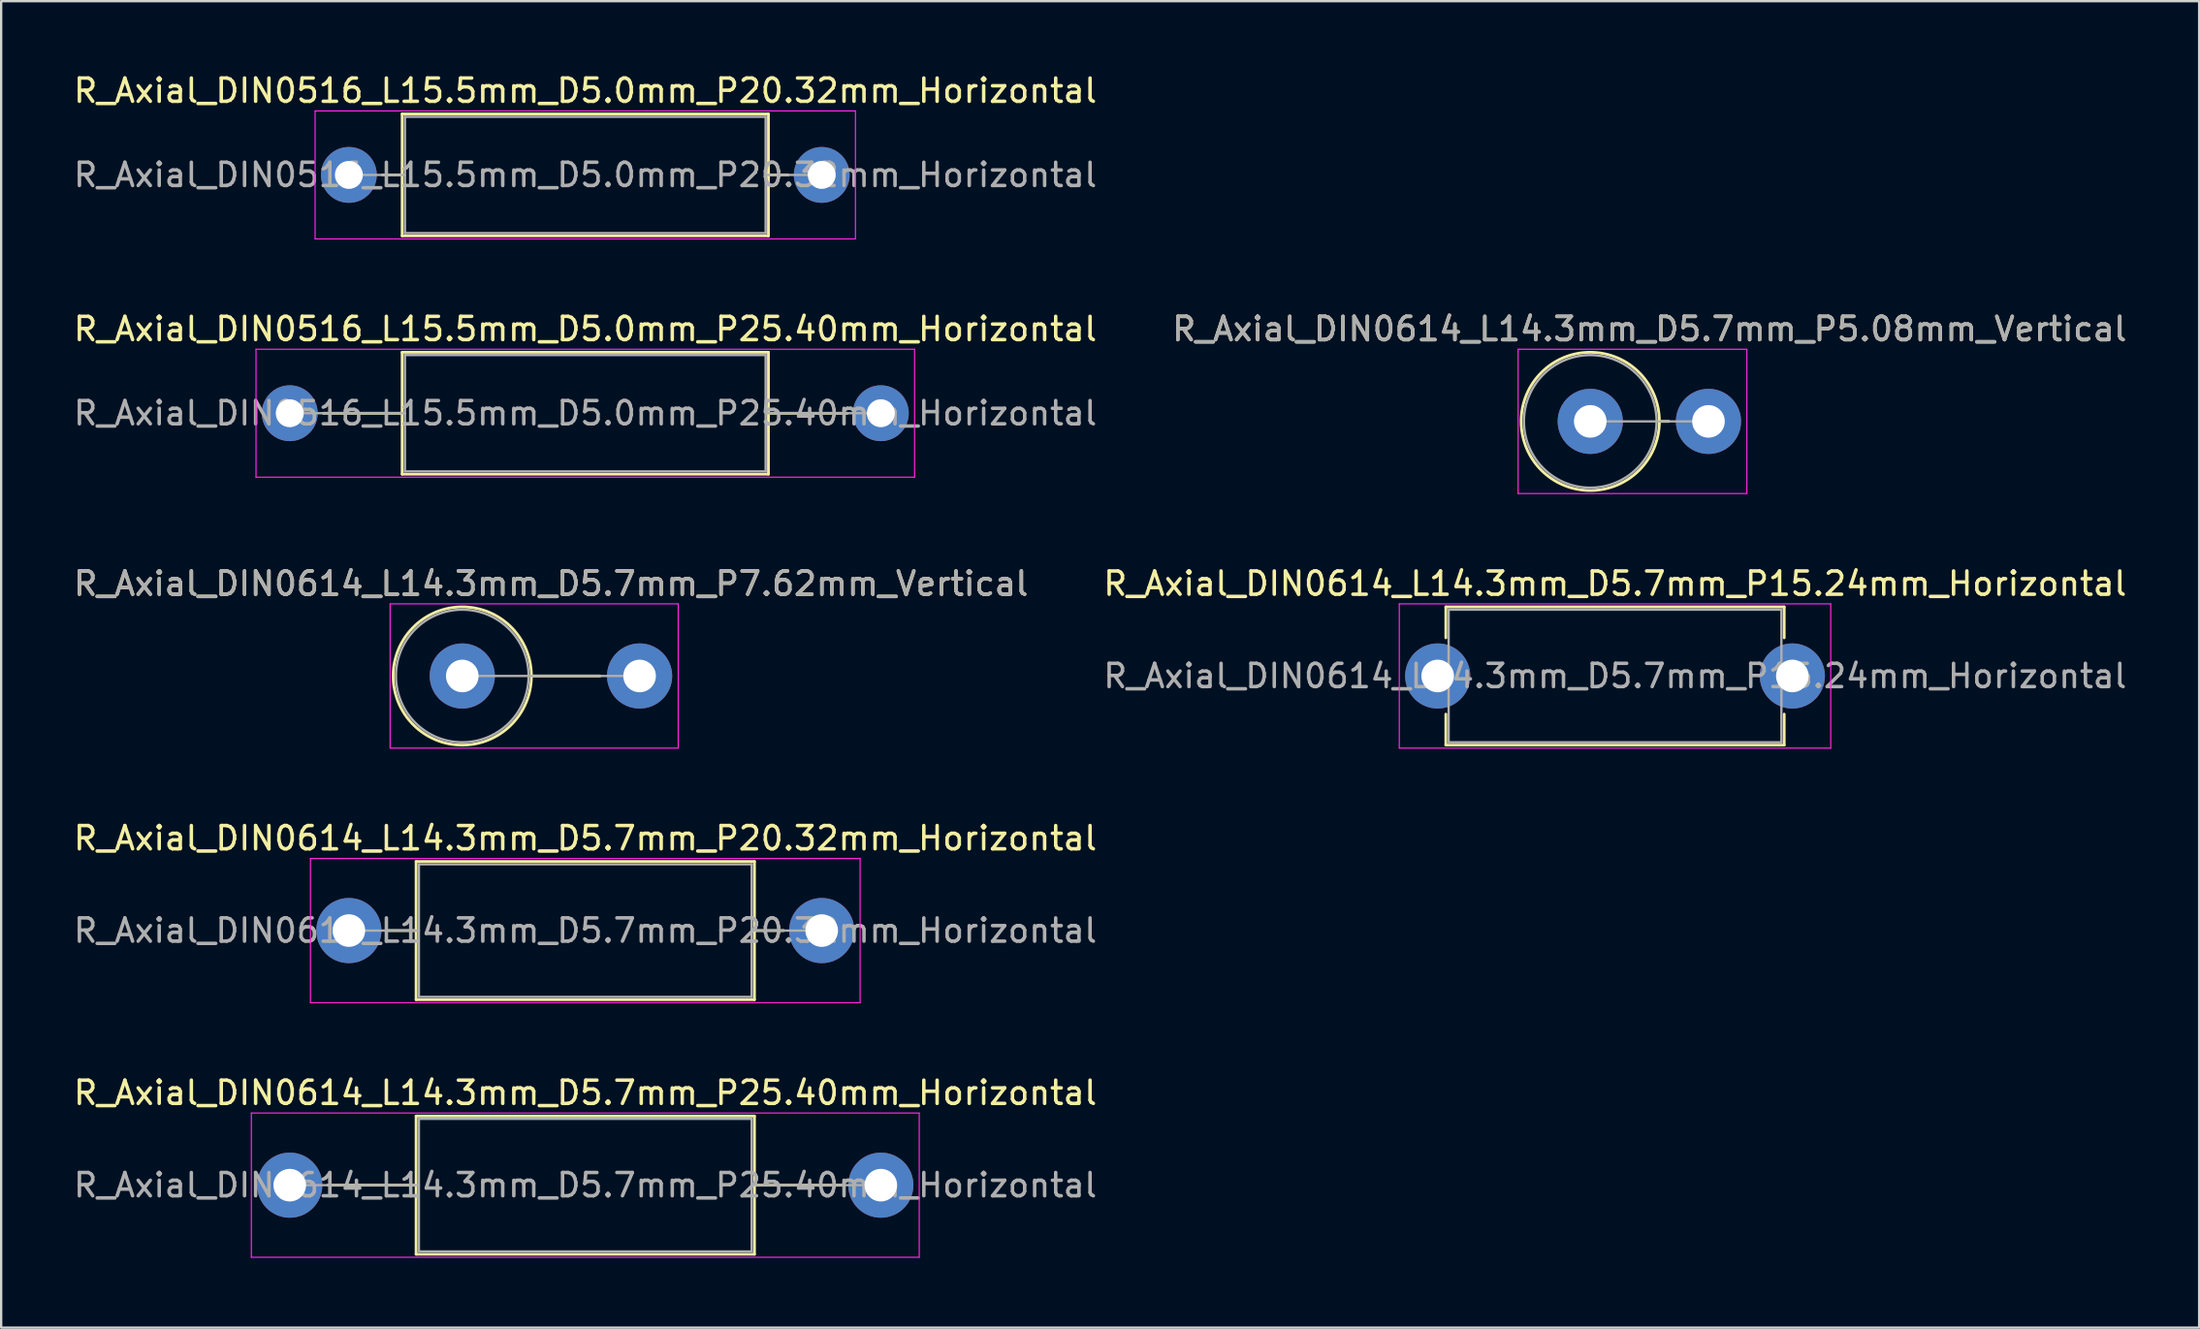
<source format=kicad_pcb>
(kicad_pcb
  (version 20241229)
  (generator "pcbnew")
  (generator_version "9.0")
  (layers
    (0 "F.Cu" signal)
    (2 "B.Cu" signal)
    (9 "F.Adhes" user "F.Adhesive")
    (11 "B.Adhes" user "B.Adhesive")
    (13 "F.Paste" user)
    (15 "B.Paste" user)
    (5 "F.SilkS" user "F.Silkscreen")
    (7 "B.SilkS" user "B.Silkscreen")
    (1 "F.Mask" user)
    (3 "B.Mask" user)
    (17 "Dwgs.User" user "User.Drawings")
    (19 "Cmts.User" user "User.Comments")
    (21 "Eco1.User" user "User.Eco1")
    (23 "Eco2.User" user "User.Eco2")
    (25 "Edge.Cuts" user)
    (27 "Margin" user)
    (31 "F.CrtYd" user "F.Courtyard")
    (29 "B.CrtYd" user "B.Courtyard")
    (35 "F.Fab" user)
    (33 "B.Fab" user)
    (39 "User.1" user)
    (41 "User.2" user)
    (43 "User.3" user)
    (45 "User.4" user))
  (footprint "R_Axial_DIN0614_L14.3mm_D5.7mm_P20.32mm_Horizontal"
    (layer "F.Cu")
    (at 11.941 36.948)
    (property "Reference" "R_Axial_DIN0614_L14.3mm_D5.7mm_P20.32mm_Horizontal" (at 10.16 -3.97 0) (layer "F.SilkS") (effects (font (size 1 1) (thickness 0.15))))
    (attr through_hole)
    (fp_line (start 1.64 0) (end 2.89 0) (stroke (width 0.12) (type solid)) (layer "F.SilkS"))
    (fp_line (start 2.89 -2.97) (end 2.89 2.97) (stroke (width 0.12) (type solid)) (layer "F.SilkS"))
    (fp_line (start 2.89 2.97) (end 17.43 2.97) (stroke (width 0.12) (type solid)) (layer "F.SilkS"))
    (fp_line (start 17.43 -2.97) (end 2.89 -2.97) (stroke (width 0.12) (type solid)) (layer "F.SilkS"))
    (fp_line (start 17.43 2.97) (end 17.43 -2.97) (stroke (width 0.12) (type solid)) (layer "F.SilkS"))
    (fp_line (start 18.68 0) (end 17.43 0) (stroke (width 0.12) (type solid)) (layer "F.SilkS"))
    (fp_line (start -1.65 -3.1) (end -1.65 3.1) (stroke (width 0.05) (type solid)) (layer "F.CrtYd"))
    (fp_line (start -1.65 3.1) (end 21.97 3.1) (stroke (width 0.05) (type solid)) (layer "F.CrtYd"))
    (fp_line (start 21.97 -3.1) (end -1.65 -3.1) (stroke (width 0.05) (type solid)) (layer "F.CrtYd"))
    (fp_line (start 21.97 3.1) (end 21.97 -3.1) (stroke (width 0.05) (type solid)) (layer "F.CrtYd"))
    (fp_line (start 0 0) (end 3.01 0) (stroke (width 0.1) (type solid)) (layer "F.Fab"))
    (fp_line (start 3.01 -2.85) (end 3.01 2.85) (stroke (width 0.1) (type solid)) (layer "F.Fab"))
    (fp_line (start 3.01 2.85) (end 17.31 2.85) (stroke (width 0.1) (type solid)) (layer "F.Fab"))
    (fp_line (start 17.31 -2.85) (end 3.01 -2.85) (stroke (width 0.1) (type solid)) (layer "F.Fab"))
    (fp_line (start 17.31 2.85) (end 17.31 -2.85) (stroke (width 0.1) (type solid)) (layer "F.Fab"))
    (fp_line (start 20.32 0) (end 17.31 0) (stroke (width 0.1) (type solid)) (layer "F.Fab"))
    (fp_text user "${REFERENCE}" (at 10.16 0 0) (layer "F.Fab") (effects (font (size 1 1) (thickness 0.15))))
    (pad "1" thru_hole circle (at 0 0) (size 2.8 2.8) (drill 1.4) (layers "*.Cu" "*.Mask"))
    (pad "2" thru_hole oval (at 20.32 0) (size 2.8 2.8) (drill 1.4) (layers "*.Cu" "*.Mask")))
  (footprint "R_Axial_DIN0614_L14.3mm_D5.7mm_P7.62mm_Vertical"
    (layer "F.Cu")
    (at 16.815 26.005)
    (property "Reference" "R_Axial_DIN0614_L14.3mm_D5.7mm_P7.62mm_Vertical" (at 3.81 -3.97 0) (layer "F.SilkS") (effects (font (size 1 1) (thickness 0.15))))
    (attr through_hole)
    (fp_line (start 2.97 0) (end 5.92 0) (stroke (width 0.12) (type solid)) (layer "F.SilkS"))
    (fp_circle (center 0 0) (end 2.97 0) (stroke (width 0.12) (type solid)) (fill no) (layer "F.SilkS"))
    (fp_line (start -3.1 -3.1) (end -3.1 3.1) (stroke (width 0.05) (type solid)) (layer "F.CrtYd"))
    (fp_line (start -3.1 3.1) (end 9.28 3.1) (stroke (width 0.05) (type solid)) (layer "F.CrtYd"))
    (fp_line (start 9.28 -3.1) (end -3.1 -3.1) (stroke (width 0.05) (type solid)) (layer "F.CrtYd"))
    (fp_line (start 9.28 3.1) (end 9.28 -3.1) (stroke (width 0.05) (type solid)) (layer "F.CrtYd"))
    (fp_line (start 0 0) (end 7.62 0) (stroke (width 0.1) (type solid)) (layer "F.Fab"))
    (fp_circle (center 0 0) (end 2.85 0) (stroke (width 0.1) (type solid)) (fill no) (layer "F.Fab"))
    (fp_text user "${REFERENCE}" (at 3.81 -3.97 0) (layer "F.Fab") (effects (font (size 1 1) (thickness 0.15))))
    (pad "1" thru_hole circle (at 0 0) (size 2.8 2.8) (drill 1.4) (layers "*.Cu" "*.Mask"))
    (pad "2" thru_hole oval (at 7.62 0) (size 2.8 2.8) (drill 1.4) (layers "*.Cu" "*.Mask")))
  (footprint "R_Axial_DIN0516_L15.5mm_D5.0mm_P25.40mm_Horizontal"
    (layer "F.Cu")
    (at 9.401 14.711)
    (property "Reference" "R_Axial_DIN0516_L15.5mm_D5.0mm_P25.40mm_Horizontal" (at 12.7 -3.62 0) (layer "F.SilkS") (effects (font (size 1 1) (thickness 0.15))))
    (attr through_hole)
    (fp_line (start 1.44 0) (end 4.83 0) (stroke (width 0.12) (type solid)) (layer "F.SilkS"))
    (fp_line (start 4.83 -2.62) (end 4.83 2.62) (stroke (width 0.12) (type solid)) (layer "F.SilkS"))
    (fp_line (start 4.83 2.62) (end 20.57 2.62) (stroke (width 0.12) (type solid)) (layer "F.SilkS"))
    (fp_line (start 20.57 -2.62) (end 4.83 -2.62) (stroke (width 0.12) (type solid)) (layer "F.SilkS"))
    (fp_line (start 20.57 2.62) (end 20.57 -2.62) (stroke (width 0.12) (type solid)) (layer "F.SilkS"))
    (fp_line (start 23.96 0) (end 20.57 0) (stroke (width 0.12) (type solid)) (layer "F.SilkS"))
    (fp_line (start -1.45 -2.75) (end -1.45 2.75) (stroke (width 0.05) (type solid)) (layer "F.CrtYd"))
    (fp_line (start -1.45 2.75) (end 26.85 2.75) (stroke (width 0.05) (type solid)) (layer "F.CrtYd"))
    (fp_line (start 26.85 -2.75) (end -1.45 -2.75) (stroke (width 0.05) (type solid)) (layer "F.CrtYd"))
    (fp_line (start 26.85 2.75) (end 26.85 -2.75) (stroke (width 0.05) (type solid)) (layer "F.CrtYd"))
    (fp_line (start 0 0) (end 4.95 0) (stroke (width 0.1) (type solid)) (layer "F.Fab"))
    (fp_line (start 4.95 -2.5) (end 4.95 2.5) (stroke (width 0.1) (type solid)) (layer "F.Fab"))
    (fp_line (start 4.95 2.5) (end 20.45 2.5) (stroke (width 0.1) (type solid)) (layer "F.Fab"))
    (fp_line (start 20.45 -2.5) (end 4.95 -2.5) (stroke (width 0.1) (type solid)) (layer "F.Fab"))
    (fp_line (start 20.45 2.5) (end 20.45 -2.5) (stroke (width 0.1) (type solid)) (layer "F.Fab"))
    (fp_line (start 25.4 0) (end 20.45 0) (stroke (width 0.1) (type solid)) (layer "F.Fab"))
    (fp_text user "${REFERENCE}" (at 12.7 0 0) (layer "F.Fab") (effects (font (size 1 1) (thickness 0.15))))
    (pad "1" thru_hole circle (at 0 0) (size 2.4 2.4) (drill 1.2) (layers "*.Cu" "*.Mask"))
    (pad "2" thru_hole oval (at 25.4 0) (size 2.4 2.4) (drill 1.2) (layers "*.Cu" "*.Mask")))
  (footprint "R_Axial_DIN0614_L14.3mm_D5.7mm_P25.40mm_Horizontal"
    (layer "F.Cu")
    (at 9.401 47.891)
    (property "Reference" "R_Axial_DIN0614_L14.3mm_D5.7mm_P25.40mm_Horizontal" (at 12.7 -3.97 0) (layer "F.SilkS") (effects (font (size 1 1) (thickness 0.15))))
    (attr through_hole)
    (fp_line (start 1.64 0) (end 5.43 0) (stroke (width 0.12) (type solid)) (layer "F.SilkS"))
    (fp_line (start 5.43 -2.97) (end 5.43 2.97) (stroke (width 0.12) (type solid)) (layer "F.SilkS"))
    (fp_line (start 5.43 2.97) (end 19.97 2.97) (stroke (width 0.12) (type solid)) (layer "F.SilkS"))
    (fp_line (start 19.97 -2.97) (end 5.43 -2.97) (stroke (width 0.12) (type solid)) (layer "F.SilkS"))
    (fp_line (start 19.97 2.97) (end 19.97 -2.97) (stroke (width 0.12) (type solid)) (layer "F.SilkS"))
    (fp_line (start 23.76 0) (end 19.97 0) (stroke (width 0.12) (type solid)) (layer "F.SilkS"))
    (fp_line (start -1.65 -3.1) (end -1.65 3.1) (stroke (width 0.05) (type solid)) (layer "F.CrtYd"))
    (fp_line (start -1.65 3.1) (end 27.05 3.1) (stroke (width 0.05) (type solid)) (layer "F.CrtYd"))
    (fp_line (start 27.05 -3.1) (end -1.65 -3.1) (stroke (width 0.05) (type solid)) (layer "F.CrtYd"))
    (fp_line (start 27.05 3.1) (end 27.05 -3.1) (stroke (width 0.05) (type solid)) (layer "F.CrtYd"))
    (fp_line (start 0 0) (end 5.55 0) (stroke (width 0.1) (type solid)) (layer "F.Fab"))
    (fp_line (start 5.55 -2.85) (end 5.55 2.85) (stroke (width 0.1) (type solid)) (layer "F.Fab"))
    (fp_line (start 5.55 2.85) (end 19.85 2.85) (stroke (width 0.1) (type solid)) (layer "F.Fab"))
    (fp_line (start 19.85 -2.85) (end 5.55 -2.85) (stroke (width 0.1) (type solid)) (layer "F.Fab"))
    (fp_line (start 19.85 2.85) (end 19.85 -2.85) (stroke (width 0.1) (type solid)) (layer "F.Fab"))
    (fp_line (start 25.4 0) (end 19.85 0) (stroke (width 0.1) (type solid)) (layer "F.Fab"))
    (fp_text user "${REFERENCE}" (at 12.7 0 0) (layer "F.Fab") (effects (font (size 1 1) (thickness 0.15))))
    (pad "1" thru_hole circle (at 0 0) (size 2.8 2.8) (drill 1.4) (layers "*.Cu" "*.Mask"))
    (pad "2" thru_hole oval (at 25.4 0) (size 2.8 2.8) (drill 1.4) (layers "*.Cu" "*.Mask")))
  (footprint "R_Axial_DIN0614_L14.3mm_D5.7mm_P5.08mm_Vertical"
    (layer "F.Cu")
    (at 65.287 15.062)
    (property "Reference" "R_Axial_DIN0614_L14.3mm_D5.7mm_P5.08mm_Vertical" (at 2.54 -3.97 0) (layer "F.SilkS") (effects (font (size 1 1) (thickness 0.15))))
    (attr through_hole)
    (fp_line (start 2.97 0) (end 3.38 0) (stroke (width 0.12) (type solid)) (layer "F.SilkS"))
    (fp_circle (center 0 0) (end 2.97 0) (stroke (width 0.12) (type solid)) (fill no) (layer "F.SilkS"))
    (fp_line (start -3.1 -3.1) (end -3.1 3.1) (stroke (width 0.05) (type solid)) (layer "F.CrtYd"))
    (fp_line (start -3.1 3.1) (end 6.73 3.1) (stroke (width 0.05) (type solid)) (layer "F.CrtYd"))
    (fp_line (start 6.73 -3.1) (end -3.1 -3.1) (stroke (width 0.05) (type solid)) (layer "F.CrtYd"))
    (fp_line (start 6.73 3.1) (end 6.73 -3.1) (stroke (width 0.05) (type solid)) (layer "F.CrtYd"))
    (fp_line (start 0 0) (end 5.08 0) (stroke (width 0.1) (type solid)) (layer "F.Fab"))
    (fp_circle (center 0 0) (end 2.85 0) (stroke (width 0.1) (type solid)) (fill no) (layer "F.Fab"))
    (fp_text user "${REFERENCE}" (at 2.54 -3.97 0) (layer "F.Fab") (effects (font (size 1 1) (thickness 0.15))))
    (pad "1" thru_hole circle (at 0 0) (size 2.8 2.8) (drill 1.4) (layers "*.Cu" "*.Mask"))
    (pad "2" thru_hole oval (at 5.08 0) (size 2.8 2.8) (drill 1.4) (layers "*.Cu" "*.Mask")))
  (footprint "R_Axial_DIN0614_L14.3mm_D5.7mm_P15.24mm_Horizontal"
    (layer "F.Cu")
    (at 58.731 26.005)
    (property "Reference" "R_Axial_DIN0614_L14.3mm_D5.7mm_P15.24mm_Horizontal" (at 7.62 -3.97 0) (layer "F.SilkS") (effects (font (size 1 1) (thickness 0.15))))
    (attr through_hole)
    (fp_line (start 0.35 -2.97) (end 14.89 -2.97) (stroke (width 0.12) (type solid)) (layer "F.SilkS"))
    (fp_line (start 0.35 -1.64) (end 0.35 -2.97) (stroke (width 0.12) (type solid)) (layer "F.SilkS"))
    (fp_line (start 0.35 1.64) (end 0.35 2.97) (stroke (width 0.12) (type solid)) (layer "F.SilkS"))
    (fp_line (start 0.35 2.97) (end 14.89 2.97) (stroke (width 0.12) (type solid)) (layer "F.SilkS"))
    (fp_line (start 14.89 -2.97) (end 14.89 -1.64) (stroke (width 0.12) (type solid)) (layer "F.SilkS"))
    (fp_line (start 14.89 2.97) (end 14.89 1.64) (stroke (width 0.12) (type solid)) (layer "F.SilkS"))
    (fp_line (start -1.65 -3.1) (end -1.65 3.1) (stroke (width 0.05) (type solid)) (layer "F.CrtYd"))
    (fp_line (start -1.65 3.1) (end 16.89 3.1) (stroke (width 0.05) (type solid)) (layer "F.CrtYd"))
    (fp_line (start 16.89 -3.1) (end -1.65 -3.1) (stroke (width 0.05) (type solid)) (layer "F.CrtYd"))
    (fp_line (start 16.89 3.1) (end 16.89 -3.1) (stroke (width 0.05) (type solid)) (layer "F.CrtYd"))
    (fp_line (start 0 0) (end 0.47 0) (stroke (width 0.1) (type solid)) (layer "F.Fab"))
    (fp_line (start 0.47 -2.85) (end 0.47 2.85) (stroke (width 0.1) (type solid)) (layer "F.Fab"))
    (fp_line (start 0.47 2.85) (end 14.77 2.85) (stroke (width 0.1) (type solid)) (layer "F.Fab"))
    (fp_line (start 14.77 -2.85) (end 0.47 -2.85) (stroke (width 0.1) (type solid)) (layer "F.Fab"))
    (fp_line (start 14.77 2.85) (end 14.77 -2.85) (stroke (width 0.1) (type solid)) (layer "F.Fab"))
    (fp_line (start 15.24 0) (end 14.77 0) (stroke (width 0.1) (type solid)) (layer "F.Fab"))
    (fp_text user "${REFERENCE}" (at 7.62 0 0) (layer "F.Fab") (effects (font (size 1 1) (thickness 0.15))))
    (pad "1" thru_hole circle (at 0 0) (size 2.8 2.8) (drill 1.4) (layers "*.Cu" "*.Mask"))
    (pad "2" thru_hole oval (at 15.24 0) (size 2.8 2.8) (drill 1.4) (layers "*.Cu" "*.Mask")))
  (footprint "R_Axial_DIN0516_L15.5mm_D5.0mm_P20.32mm_Horizontal"
    (layer "F.Cu")
    (at 11.941 4.468)
    (property "Reference" "R_Axial_DIN0516_L15.5mm_D5.0mm_P20.32mm_Horizontal" (at 10.16 -3.62 0) (layer "F.SilkS") (effects (font (size 1 1) (thickness 0.15))))
    (attr through_hole)
    (fp_line (start 1.44 0) (end 2.29 0) (stroke (width 0.12) (type solid)) (layer "F.SilkS"))
    (fp_line (start 2.29 -2.62) (end 2.29 2.62) (stroke (width 0.12) (type solid)) (layer "F.SilkS"))
    (fp_line (start 2.29 2.62) (end 18.03 2.62) (stroke (width 0.12) (type solid)) (layer "F.SilkS"))
    (fp_line (start 18.03 -2.62) (end 2.29 -2.62) (stroke (width 0.12) (type solid)) (layer "F.SilkS"))
    (fp_line (start 18.03 2.62) (end 18.03 -2.62) (stroke (width 0.12) (type solid)) (layer "F.SilkS"))
    (fp_line (start 18.88 0) (end 18.03 0) (stroke (width 0.12) (type solid)) (layer "F.SilkS"))
    (fp_line (start -1.45 -2.75) (end -1.45 2.75) (stroke (width 0.05) (type solid)) (layer "F.CrtYd"))
    (fp_line (start -1.45 2.75) (end 21.77 2.75) (stroke (width 0.05) (type solid)) (layer "F.CrtYd"))
    (fp_line (start 21.77 -2.75) (end -1.45 -2.75) (stroke (width 0.05) (type solid)) (layer "F.CrtYd"))
    (fp_line (start 21.77 2.75) (end 21.77 -2.75) (stroke (width 0.05) (type solid)) (layer "F.CrtYd"))
    (fp_line (start 0 0) (end 2.41 0) (stroke (width 0.1) (type solid)) (layer "F.Fab"))
    (fp_line (start 2.41 -2.5) (end 2.41 2.5) (stroke (width 0.1) (type solid)) (layer "F.Fab"))
    (fp_line (start 2.41 2.5) (end 17.91 2.5) (stroke (width 0.1) (type solid)) (layer "F.Fab"))
    (fp_line (start 17.91 -2.5) (end 2.41 -2.5) (stroke (width 0.1) (type solid)) (layer "F.Fab"))
    (fp_line (start 17.91 2.5) (end 17.91 -2.5) (stroke (width 0.1) (type solid)) (layer "F.Fab"))
    (fp_line (start 20.32 0) (end 17.91 0) (stroke (width 0.1) (type solid)) (layer "F.Fab"))
    (fp_text user "${REFERENCE}" (at 10.16 0 0) (layer "F.Fab") (effects (font (size 1 1) (thickness 0.15))))
    (pad "1" thru_hole circle (at 0 0) (size 2.4 2.4) (drill 1.2) (layers "*.Cu" "*.Mask"))
    (pad "2" thru_hole oval (at 20.32 0) (size 2.4 2.4) (drill 1.2) (layers "*.Cu" "*.Mask")))
  (gr_rect
    (start -3 -3)
    (end 91.452 54.016)
    (stroke (width 0.1) (type default))
    (fill no)
    (layer "Edge.Cuts")))
</source>
